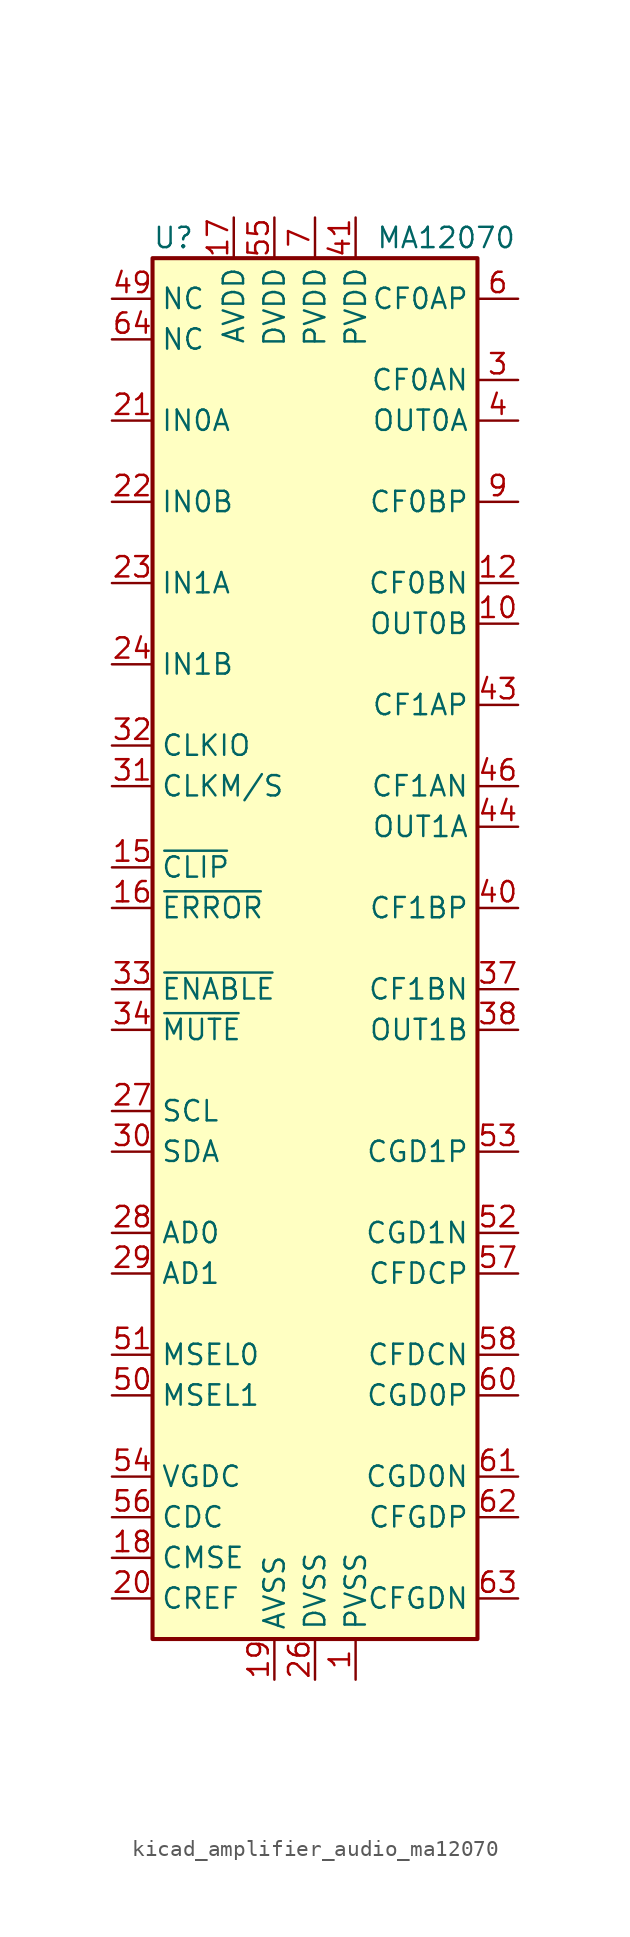
<source format=kicad_sym>
(kicad_symbol_lib
  (version 20220914)
  (generator kicad_symbol_editor)
  (symbol "kicad_amplifier_audio_ma12070"
    (property "Reference" "U"
      (at -10.16 44.45 0)
      (effects (font (size 1.27 1.27)) (justify left)))
    (property "Value" "MA12070"
      (at 3.81 44.45 0)
      (effects (font (size 1.27 1.27)) (justify left)))
    (symbol "kicad_amplifier_audio_ma12070_0_1"
      (rectangle (start -10.16 -43.18) (end 10.16 43.18) (stroke (width 0.254) (type default)) (fill (type background))))
    (symbol "kicad_amplifier_audio_ma12070_1_1"
      (pin power_in line (at 2.54 -45.72 90) (length 2.54) (name "PVSS" (effects (font (size 1.27 1.27)))) (number "1" (effects (font (size 1.27 1.27)))))
      (pin output line (at 12.7 20.32 180) (length 2.54) (name "OUT0B" (effects (font (size 1.27 1.27)))) (number "10" (effects (font (size 1.27 1.27)))))
      (pin passive line (at 12.7 20.32 180) (length 2.54) hide (name "OUT0B" (effects (font (size 1.27 1.27)))) (number "11" (effects (font (size 1.27 1.27)))))
      (pin passive line (at 12.7 22.86 180) (length 2.54) (name "CF0BN" (effects (font (size 1.27 1.27)))) (number "12" (effects (font (size 1.27 1.27)))))
      (pin passive line (at 2.54 -45.72 90) (length 2.54) hide (name "PVSS" (effects (font (size 1.27 1.27)))) (number "13" (effects (font (size 1.27 1.27)))))
      (pin passive line (at 2.54 -45.72 90) (length 2.54) hide (name "PVSS" (effects (font (size 1.27 1.27)))) (number "14" (effects (font (size 1.27 1.27)))))
      (pin output line (at -12.7 5.08 0) (length 2.54) (name "~{CLIP}" (effects (font (size 1.27 1.27)))) (number "15" (effects (font (size 1.27 1.27)))))
      (pin output line (at -12.7 2.54 0) (length 2.54) (name "~{ERROR}" (effects (font (size 1.27 1.27)))) (number "16" (effects (font (size 1.27 1.27)))))
      (pin power_in line (at -5.08 45.72 270) (length 2.54) (name "AVDD" (effects (font (size 1.27 1.27)))) (number "17" (effects (font (size 1.27 1.27)))))
      (pin passive line (at -12.7 -38.1 0) (length 2.54) (name "CMSE" (effects (font (size 1.27 1.27)))) (number "18" (effects (font (size 1.27 1.27)))))
      (pin power_in line (at -2.54 -45.72 90) (length 2.54) (name "AVSS" (effects (font (size 1.27 1.27)))) (number "19" (effects (font (size 1.27 1.27)))))
      (pin passive line (at 2.54 -45.72 90) (length 2.54) hide (name "PVSS" (effects (font (size 1.27 1.27)))) (number "2" (effects (font (size 1.27 1.27)))))
      (pin passive line (at -12.7 -40.64 0) (length 2.54) (name "CREF" (effects (font (size 1.27 1.27)))) (number "20" (effects (font (size 1.27 1.27)))))
      (pin input line (at -12.7 33.02 0) (length 2.54) (name "IN0A" (effects (font (size 1.27 1.27)))) (number "21" (effects (font (size 1.27 1.27)))))
      (pin input line (at -12.7 27.94 0) (length 2.54) (name "IN0B" (effects (font (size 1.27 1.27)))) (number "22" (effects (font (size 1.27 1.27)))))
      (pin input line (at -12.7 22.86 0) (length 2.54) (name "IN1A" (effects (font (size 1.27 1.27)))) (number "23" (effects (font (size 1.27 1.27)))))
      (pin input line (at -12.7 17.78 0) (length 2.54) (name "IN1B" (effects (font (size 1.27 1.27)))) (number "24" (effects (font (size 1.27 1.27)))))
      (pin passive line (at -2.54 -45.72 90) (length 2.54) hide (name "AVSS" (effects (font (size 1.27 1.27)))) (number "25" (effects (font (size 1.27 1.27)))))
      (pin power_in line (at 0 -45.72 90) (length 2.54) (name "DVSS" (effects (font (size 1.27 1.27)))) (number "26" (effects (font (size 1.27 1.27)))))
      (pin input line (at -12.7 -10.16 0) (length 2.54) (name "SCL" (effects (font (size 1.27 1.27)))) (number "27" (effects (font (size 1.27 1.27)))))
      (pin input line (at -12.7 -17.78 0) (length 2.54) (name "AD0" (effects (font (size 1.27 1.27)))) (number "28" (effects (font (size 1.27 1.27)))))
      (pin input line (at -12.7 -20.32 0) (length 2.54) (name "AD1" (effects (font (size 1.27 1.27)))) (number "29" (effects (font (size 1.27 1.27)))))
      (pin passive line (at 12.7 35.56 180) (length 2.54) (name "CF0AN" (effects (font (size 1.27 1.27)))) (number "3" (effects (font (size 1.27 1.27)))))
      (pin bidirectional line (at -12.7 -12.7 0) (length 2.54) (name "SDA" (effects (font (size 1.27 1.27)))) (number "30" (effects (font (size 1.27 1.27)))))
      (pin input line (at -12.7 10.16 0) (length 2.54) (name "CLKM/S" (effects (font (size 1.27 1.27)))) (number "31" (effects (font (size 1.27 1.27)))))
      (pin bidirectional line (at -12.7 12.7 0) (length 2.54) (name "CLKIO" (effects (font (size 1.27 1.27)))) (number "32" (effects (font (size 1.27 1.27)))))
      (pin input line (at -12.7 -2.54 0) (length 2.54) (name "~{ENABLE}" (effects (font (size 1.27 1.27)))) (number "33" (effects (font (size 1.27 1.27)))))
      (pin input line (at -12.7 -5.08 0) (length 2.54) (name "~{MUTE}" (effects (font (size 1.27 1.27)))) (number "34" (effects (font (size 1.27 1.27)))))
      (pin passive line (at 2.54 -45.72 90) (length 2.54) hide (name "PVSS" (effects (font (size 1.27 1.27)))) (number "35" (effects (font (size 1.27 1.27)))))
      (pin passive line (at 2.54 -45.72 90) (length 2.54) hide (name "PVSS" (effects (font (size 1.27 1.27)))) (number "36" (effects (font (size 1.27 1.27)))))
      (pin passive line (at 12.7 -2.54 180) (length 2.54) (name "CF1BN" (effects (font (size 1.27 1.27)))) (number "37" (effects (font (size 1.27 1.27)))))
      (pin output line (at 12.7 -5.08 180) (length 2.54) (name "OUT1B" (effects (font (size 1.27 1.27)))) (number "38" (effects (font (size 1.27 1.27)))))
      (pin passive line (at 12.7 -5.08 180) (length 2.54) hide (name "OUT1B" (effects (font (size 1.27 1.27)))) (number "39" (effects (font (size 1.27 1.27)))))
      (pin output line (at 12.7 33.02 180) (length 2.54) (name "OUT0A" (effects (font (size 1.27 1.27)))) (number "4" (effects (font (size 1.27 1.27)))))
      (pin passive line (at 12.7 2.54 180) (length 2.54) (name "CF1BP" (effects (font (size 1.27 1.27)))) (number "40" (effects (font (size 1.27 1.27)))))
      (pin power_in line (at 2.54 45.72 270) (length 2.54) (name "PVDD" (effects (font (size 1.27 1.27)))) (number "41" (effects (font (size 1.27 1.27)))))
      (pin passive line (at 2.54 45.72 270) (length 2.54) hide (name "PVDD" (effects (font (size 1.27 1.27)))) (number "42" (effects (font (size 1.27 1.27)))))
      (pin passive line (at 12.7 15.24 180) (length 2.54) (name "CF1AP" (effects (font (size 1.27 1.27)))) (number "43" (effects (font (size 1.27 1.27)))))
      (pin output line (at 12.7 7.62 180) (length 2.54) (name "OUT1A" (effects (font (size 1.27 1.27)))) (number "44" (effects (font (size 1.27 1.27)))))
      (pin passive line (at 12.7 7.62 180) (length 2.54) hide (name "OUT1A" (effects (font (size 1.27 1.27)))) (number "45" (effects (font (size 1.27 1.27)))))
      (pin passive line (at 12.7 10.16 180) (length 2.54) (name "CF1AN" (effects (font (size 1.27 1.27)))) (number "46" (effects (font (size 1.27 1.27)))))
      (pin passive line (at 2.54 -45.72 90) (length 2.54) hide (name "PVSS" (effects (font (size 1.27 1.27)))) (number "47" (effects (font (size 1.27 1.27)))))
      (pin passive line (at 2.54 -45.72 90) (length 2.54) hide (name "PVSS" (effects (font (size 1.27 1.27)))) (number "48" (effects (font (size 1.27 1.27)))))
      (pin passive line (at -12.7 40.64 0) (length 2.54) (name "NC" (effects (font (size 1.27 1.27)))) (number "49" (effects (font (size 1.27 1.27)))))
      (pin passive line (at 12.7 33.02 180) (length 2.54) hide (name "OUT0A" (effects (font (size 1.27 1.27)))) (number "5" (effects (font (size 1.27 1.27)))))
      (pin input line (at -12.7 -27.94 0) (length 2.54) (name "MSEL1" (effects (font (size 1.27 1.27)))) (number "50" (effects (font (size 1.27 1.27)))))
      (pin input line (at -12.7 -25.4 0) (length 2.54) (name "MSEL0" (effects (font (size 1.27 1.27)))) (number "51" (effects (font (size 1.27 1.27)))))
      (pin passive line (at 12.7 -17.78 180) (length 2.54) (name "CGD1N" (effects (font (size 1.27 1.27)))) (number "52" (effects (font (size 1.27 1.27)))))
      (pin passive line (at 12.7 -12.7 180) (length 2.54) (name "CGD1P" (effects (font (size 1.27 1.27)))) (number "53" (effects (font (size 1.27 1.27)))))
      (pin passive line (at -12.7 -33.02 0) (length 2.54) (name "VGDC" (effects (font (size 1.27 1.27)))) (number "54" (effects (font (size 1.27 1.27)))))
      (pin power_in line (at -2.54 45.72 270) (length 2.54) (name "DVDD" (effects (font (size 1.27 1.27)))) (number "55" (effects (font (size 1.27 1.27)))))
      (pin passive line (at -12.7 -35.56 0) (length 2.54) (name "CDC" (effects (font (size 1.27 1.27)))) (number "56" (effects (font (size 1.27 1.27)))))
      (pin passive line (at 12.7 -20.32 180) (length 2.54) (name "CFDCP" (effects (font (size 1.27 1.27)))) (number "57" (effects (font (size 1.27 1.27)))))
      (pin passive line (at 12.7 -25.4 180) (length 2.54) (name "CFDCN" (effects (font (size 1.27 1.27)))) (number "58" (effects (font (size 1.27 1.27)))))
      (pin passive line (at 0 -45.72 90) (length 2.54) hide (name "DVSS" (effects (font (size 1.27 1.27)))) (number "59" (effects (font (size 1.27 1.27)))))
      (pin passive line (at 12.7 40.64 180) (length 2.54) (name "CF0AP" (effects (font (size 1.27 1.27)))) (number "6" (effects (font (size 1.27 1.27)))))
      (pin passive line (at 12.7 -27.94 180) (length 2.54) (name "CGD0P" (effects (font (size 1.27 1.27)))) (number "60" (effects (font (size 1.27 1.27)))))
      (pin passive line (at 12.7 -33.02 180) (length 2.54) (name "CGD0N" (effects (font (size 1.27 1.27)))) (number "61" (effects (font (size 1.27 1.27)))))
      (pin passive line (at 12.7 -35.56 180) (length 2.54) (name "CFGDP" (effects (font (size 1.27 1.27)))) (number "62" (effects (font (size 1.27 1.27)))))
      (pin passive line (at 12.7 -40.64 180) (length 2.54) (name "CFGDN" (effects (font (size 1.27 1.27)))) (number "63" (effects (font (size 1.27 1.27)))))
      (pin passive line (at -12.7 38.1 0) (length 2.54) (name "NC" (effects (font (size 1.27 1.27)))) (number "64" (effects (font (size 1.27 1.27)))))
      (pin power_in line (at 0 45.72 270) (length 2.54) (name "PVDD" (effects (font (size 1.27 1.27)))) (number "7" (effects (font (size 1.27 1.27)))))
      (pin passive line (at 0 45.72 270) (length 2.54) hide (name "PVDD" (effects (font (size 1.27 1.27)))) (number "8" (effects (font (size 1.27 1.27)))))
      (pin passive line (at 12.7 27.94 180) (length 2.54) (name "CF0BP" (effects (font (size 1.27 1.27)))) (number "9" (effects (font (size 1.27 1.27))))))))
</source>
